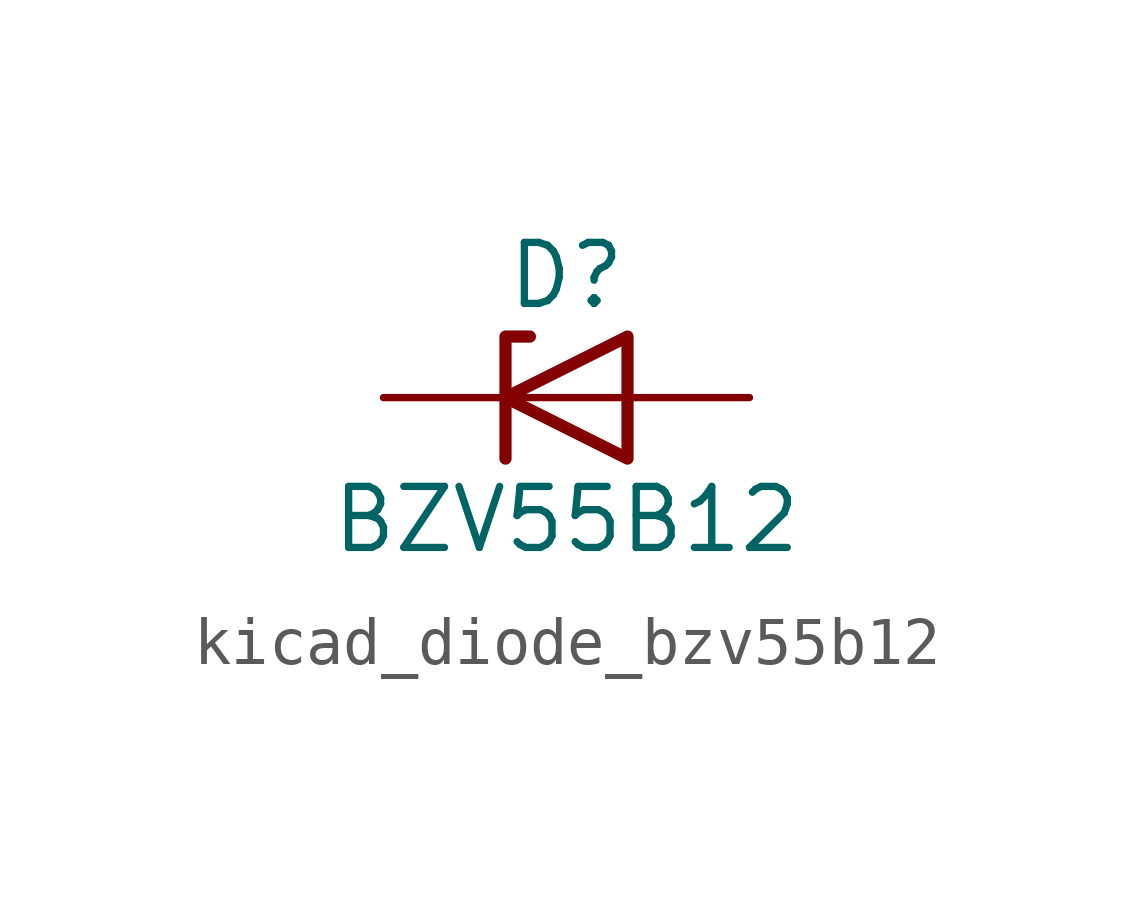
<source format=kicad_sym>
(kicad_symbol_lib
  (version 20220914)
  (generator kicad_symbol_editor)
  (symbol "kicad_diode_bzv55b12"
    (pin_numbers hide)
    (pin_names hide)
    (property "Reference" "D"
      (at 0 2.54 0)
      (effects (font (size 1.27 1.27))))
    (property "Value" "BZV55B12"
      (at 0 -2.54 0)
      (effects (font (size 1.27 1.27))))
    (symbol "kicad_diode_bzv55b12_0_1"
      (polyline (pts (xy 1.27 0) (xy -1.27 0)) (stroke (width 0) (type default)) (fill (type none)))
      (polyline (pts (xy -1.27 -1.27) (xy -1.27 1.27) (xy -0.762 1.27)) (stroke (width 0.254) (type default)) (fill (type none)))
      (polyline (pts (xy 1.27 -1.27) (xy 1.27 1.27) (xy -1.27 0) (xy 1.27 -1.27)) (stroke (width 0.254) (type default)) (fill (type none))))
    (symbol "kicad_diode_bzv55b12_1_1"
      (pin passive line (at -3.81 0 0) (length 2.54) (name "K" (effects (font (size 1.27 1.27)))) (number "1" (effects (font (size 1.27 1.27)))))
      (pin passive line (at 3.81 0 180) (length 2.54) (name "A" (effects (font (size 1.27 1.27)))) (number "2" (effects (font (size 1.27 1.27))))))))
</source>
